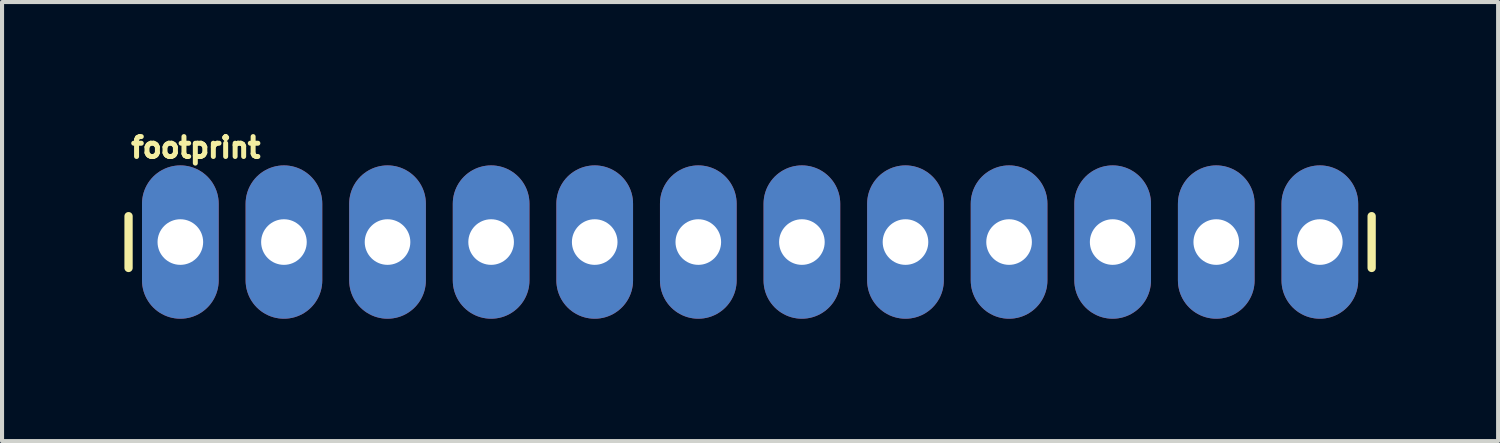
<source format=kicad_pcb>
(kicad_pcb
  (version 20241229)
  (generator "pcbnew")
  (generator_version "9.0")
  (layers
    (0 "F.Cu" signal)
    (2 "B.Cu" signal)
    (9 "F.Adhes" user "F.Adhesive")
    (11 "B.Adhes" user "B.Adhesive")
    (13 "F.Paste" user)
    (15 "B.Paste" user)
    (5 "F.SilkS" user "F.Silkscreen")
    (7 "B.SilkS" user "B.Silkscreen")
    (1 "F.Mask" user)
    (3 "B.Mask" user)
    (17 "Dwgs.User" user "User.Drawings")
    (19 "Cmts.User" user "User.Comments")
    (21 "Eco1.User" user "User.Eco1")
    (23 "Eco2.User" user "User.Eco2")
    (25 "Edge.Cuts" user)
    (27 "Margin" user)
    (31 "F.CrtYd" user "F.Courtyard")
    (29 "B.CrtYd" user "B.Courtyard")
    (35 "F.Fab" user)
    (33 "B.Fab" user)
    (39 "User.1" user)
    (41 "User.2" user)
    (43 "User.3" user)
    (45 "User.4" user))
  (footprint "footprint"
    (layer "F.Cu")
    (at 1.372 2.885)
    (property "Reference" "footprint" (at -1.27 -2.032 0) (layer "F.SilkS") (effects (font (size 0.488 0.488) (thickness 0.122)) (justify left bottom)))
    (fp_line (start -1.27 -0.635) (end -1.27 0.635) (stroke (width 0.203) (type solid)) (layer "F.SilkS"))
    (fp_line (start 29.21 -0.635) (end 29.21 0.635) (stroke (width 0.203) (type solid)) (layer "F.SilkS"))
    (fp_poly (pts (xy -0.254 0.254) (xy 0.254 0.254) (xy 0.254 -0.254) (xy -0.254 -0.254)) (stroke (width 0.1) (type solid)) (fill no) (layer "F.Fab"))
    (fp_poly (pts (xy 2.286 0.254) (xy 2.794 0.254) (xy 2.794 -0.254) (xy 2.286 -0.254)) (stroke (width 0.1) (type solid)) (fill no) (layer "F.Fab"))
    (fp_poly (pts (xy 4.826 0.254) (xy 5.334 0.254) (xy 5.334 -0.254) (xy 4.826 -0.254)) (stroke (width 0.1) (type solid)) (fill no) (layer "F.Fab"))
    (fp_poly (pts (xy 7.366 0.254) (xy 7.874 0.254) (xy 7.874 -0.254) (xy 7.366 -0.254)) (stroke (width 0.1) (type solid)) (fill no) (layer "F.Fab"))
    (fp_poly (pts (xy 9.906 0.254) (xy 10.414 0.254) (xy 10.414 -0.254) (xy 9.906 -0.254)) (stroke (width 0.1) (type solid)) (fill no) (layer "F.Fab"))
    (fp_poly (pts (xy 12.446 0.254) (xy 12.954 0.254) (xy 12.954 -0.254) (xy 12.446 -0.254)) (stroke (width 0.1) (type solid)) (fill no) (layer "F.Fab"))
    (fp_poly (pts (xy 14.986 0.254) (xy 15.494 0.254) (xy 15.494 -0.254) (xy 14.986 -0.254)) (stroke (width 0.1) (type solid)) (fill no) (layer "F.Fab"))
    (fp_poly (pts (xy 17.526 0.254) (xy 18.034 0.254) (xy 18.034 -0.254) (xy 17.526 -0.254)) (stroke (width 0.1) (type solid)) (fill no) (layer "F.Fab"))
    (fp_poly (pts (xy 20.066 0.254) (xy 20.574 0.254) (xy 20.574 -0.254) (xy 20.066 -0.254)) (stroke (width 0.1) (type solid)) (fill no) (layer "F.Fab"))
    (fp_poly (pts (xy 22.606 0.254) (xy 23.114 0.254) (xy 23.114 -0.254) (xy 22.606 -0.254)) (stroke (width 0.1) (type solid)) (fill no) (layer "F.Fab"))
    (fp_poly (pts (xy 25.146 0.254) (xy 25.654 0.254) (xy 25.654 -0.254) (xy 25.146 -0.254)) (stroke (width 0.1) (type solid)) (fill no) (layer "F.Fab"))
    (fp_poly (pts (xy 27.686 0.254) (xy 28.194 0.254) (xy 28.194 -0.254) (xy 27.686 -0.254)) (stroke (width 0.1) (type solid)) (fill no) (layer "F.Fab"))
    (pad "1" thru_hole oval (at 0 0 90) (size 3.759 1.88) (drill 1.118) (layers "*.Cu" "*.Mask"))
    (pad "2" thru_hole oval (at 2.54 0 90) (size 3.759 1.88) (drill 1.118) (layers "*.Cu" "*.Mask"))
    (pad "3" thru_hole oval (at 5.08 0 90) (size 3.759 1.88) (drill 1.118) (layers "*.Cu" "*.Mask"))
    (pad "4" thru_hole oval (at 7.62 0 90) (size 3.759 1.88) (drill 1.118) (layers "*.Cu" "*.Mask"))
    (pad "5" thru_hole oval (at 10.16 0 90) (size 3.759 1.88) (drill 1.118) (layers "*.Cu" "*.Mask"))
    (pad "6" thru_hole oval (at 12.7 0 90) (size 3.759 1.88) (drill 1.118) (layers "*.Cu" "*.Mask"))
    (pad "7" thru_hole oval (at 15.24 0 90) (size 3.759 1.88) (drill 1.118) (layers "*.Cu" "*.Mask"))
    (pad "8" thru_hole oval (at 17.78 0 90) (size 3.759 1.88) (drill 1.118) (layers "*.Cu" "*.Mask"))
    (pad "9" thru_hole oval (at 20.32 0 90) (size 3.759 1.88) (drill 1.118) (layers "*.Cu" "*.Mask"))
    (pad "10" thru_hole oval (at 22.86 0 90) (size 3.759 1.88) (drill 1.118) (layers "*.Cu" "*.Mask"))
    (pad "11" thru_hole oval (at 25.4 0 90) (size 3.759 1.88) (drill 1.118) (layers "*.Cu" "*.Mask"))
    (pad "12" thru_hole oval (at 27.94 0 90) (size 3.759 1.88) (drill 1.118) (layers "*.Cu" "*.Mask")))
  (gr_rect
    (start -3 -3)
    (end 33.683 7.765)
    (stroke (width 0.1) (type default))
    (fill no)
    (layer "Edge.Cuts")))
</source>
